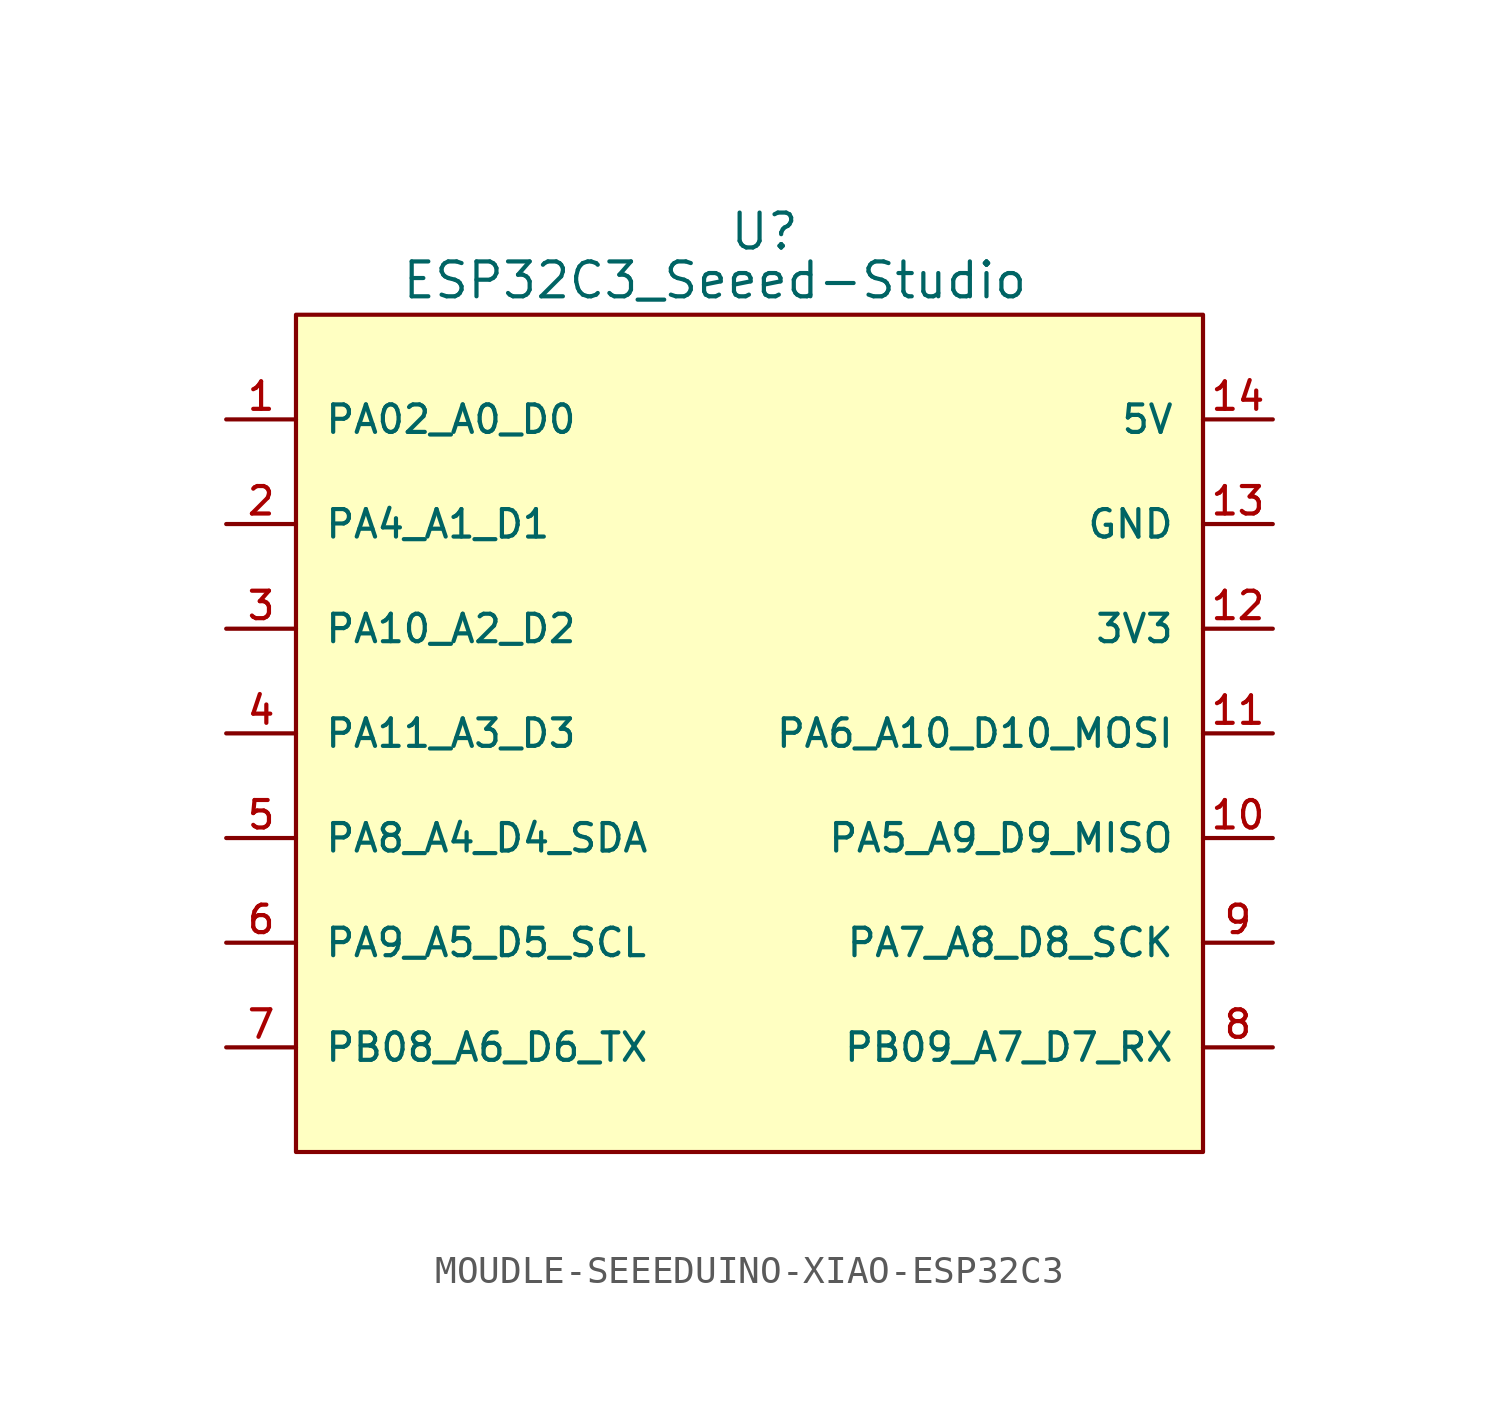
<source format=kicad_sym>
(kicad_symbol_lib
  (version 20241209)
  (generator "kicad_symbol_editor")
  (generator_version "9.0")
  (symbol "MOUDLE-SEEEDUINO-XIAO-ESP32C3"
    (pin_names
      (offset 1.016))
    (property "Reference" "U"
      (at -0.762 17.526 0)
      (effects (font (size 1.27 1.27)) (justify left bottom)))
    (property "Value" "ESP32C3_Seeed-Studio"
      (at -12.7 15.748 0)
      (effects (font (size 1.27 1.27)) (justify left bottom)))
    (symbol "MOUDLE-SEEEDUINO-XIAO-ESP32C3_0_0"
      (pin bidirectional line (at -19.05 11.43 0) (length 2.54) (name "PA02_A0_D0" (effects (font (size 1 1)))) (number "1" (effects (font (size 1 1)))))
      (pin bidirectional line (at -19.05 7.62 0) (length 2.54) (name "PA4_A1_D1" (effects (font (size 1 1)))) (number "2" (effects (font (size 1 1)))))
      (pin bidirectional line (at -19.05 3.81 0) (length 2.54) (name "PA10_A2_D2" (effects (font (size 1 1)))) (number "3" (effects (font (size 1 1)))))
      (pin bidirectional line (at -19.05 0 0) (length 2.54) (name "PA11_A3_D3" (effects (font (size 1 1)))) (number "4" (effects (font (size 1 1)))))
      (pin bidirectional line (at -19.05 -3.81 0) (length 2.54) (name "PA8_A4_D4_SDA" (effects (font (size 1 1)))) (number "5" (effects (font (size 1 1)))))
      (pin bidirectional line (at -19.05 -7.62 0) (length 2.54) (name "PA9_A5_D5_SCL" (effects (font (size 1 1)))) (number "6" (effects (font (size 1 1)))))
      (pin bidirectional line (at -19.05 -11.43 0) (length 2.54) (name "PB08_A6_D6_TX" (effects (font (size 1 1)))) (number "7" (effects (font (size 1 1)))))
      (pin bidirectional line (at 19.05 7.62 180) (length 2.54) (name "GND" (effects (font (size 1 1)))) (number "13" (effects (font (size 1 1)))))
      (pin bidirectional line (at 19.05 3.81 180) (length 2.54) (name "3V3" (effects (font (size 1 1)))) (number "12" (effects (font (size 1 1)))))
      (pin bidirectional line (at 19.05 0 180) (length 2.54) (name "PA6_A10_D10_MOSI" (effects (font (size 1 1)))) (number "11" (effects (font (size 1 1)))))
      (pin bidirectional line (at 19.05 -3.81 180) (length 2.54) (name "PA5_A9_D9_MISO" (effects (font (size 1 1)))) (number "10" (effects (font (size 1 1)))))
      (pin bidirectional line (at 19.05 -7.62 180) (length 2.54) (name "PA7_A8_D8_SCK" (effects (font (size 1 1)))) (number "9" (effects (font (size 1 1)))))
      (pin bidirectional line (at 19.05 -11.43 180) (length 2.54) (name "PB09_A7_D7_RX" (effects (font (size 1 1)))) (number "8" (effects (font (size 1 1))))))
    (symbol "MOUDLE-SEEEDUINO-XIAO-ESP32C3_1_0"
      (pin bidirectional line (at 19.05 11.43 180) (length 2.54) (name "5V" (effects (font (size 1 1)))) (number "14" (effects (font (size 1 1))))))
    (symbol "MOUDLE-SEEEDUINO-XIAO-ESP32C3_1_1"
      (rectangle (start -16.51 15.24) (end 16.51 -15.24) (stroke (width 0) (type solid)) (fill (type background))))))
</source>
